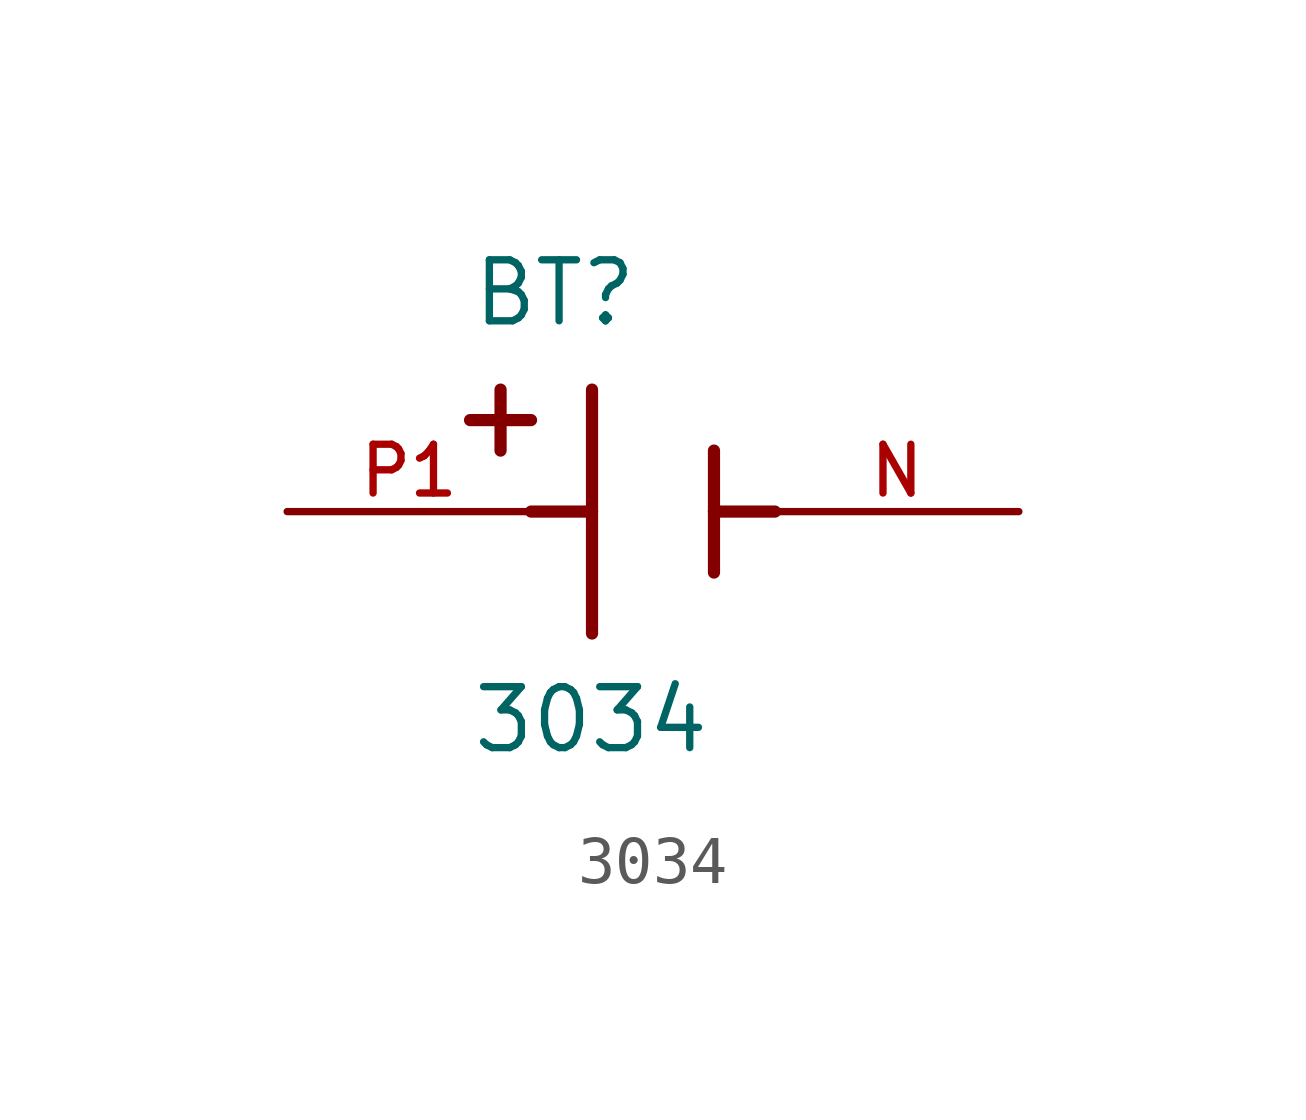
<source format=kicad_sym>
(kicad_symbol_lib
  (version 20211014)
  (generator kicad_symbol_editor)
  (symbol "3034"
    (pin_names
      (offset 1.016))
    (property "Reference" "BT"
      (at -3.81 3.81 0)
      (effects (font (size 1.27 1.27)) (justify bottom left)))
    (property "Value" "3034"
      (at -3.81 -5.08 0)
      (effects (font (size 1.27 1.27)) (justify bottom left)))
    (symbol "3034_0_0"
      (polyline (pts (xy -1.27 2.54) (xy -1.27 0.0)) (stroke (width 0.254)))
      (polyline (pts (xy -1.27 0.0) (xy -1.27 -2.54)) (stroke (width 0.254)))
      (polyline (pts (xy 1.27 1.27) (xy 1.27 0.0)) (stroke (width 0.254)))
      (polyline (pts (xy 1.27 0.0) (xy 1.27 -1.27)) (stroke (width 0.254)))
      (polyline (pts (xy -1.27 0.0) (xy -2.54 0.0)) (stroke (width 0.254)))
      (polyline (pts (xy 1.27 0.0) (xy 2.54 0.0)) (stroke (width 0.254)))
      (polyline (pts (xy -3.175 2.54) (xy -3.175 1.27)) (stroke (width 0.254)))
      (polyline (pts (xy -3.81 1.905) (xy -2.54 1.905)) (stroke (width 0.254)))
      (pin passive line (at -7.62 0.0 0) (length 5.08) (name "~" (effects (font (size 1.016 1.016)))) (number "P1" (effects (font (size 1.016 1.016)))))
      (pin passive line (at 7.62 0.0 180.0) (length 5.08) (name "~" (effects (font (size 1.016 1.016)))) (number "N" (effects (font (size 1.016 1.016))))))))
</source>
